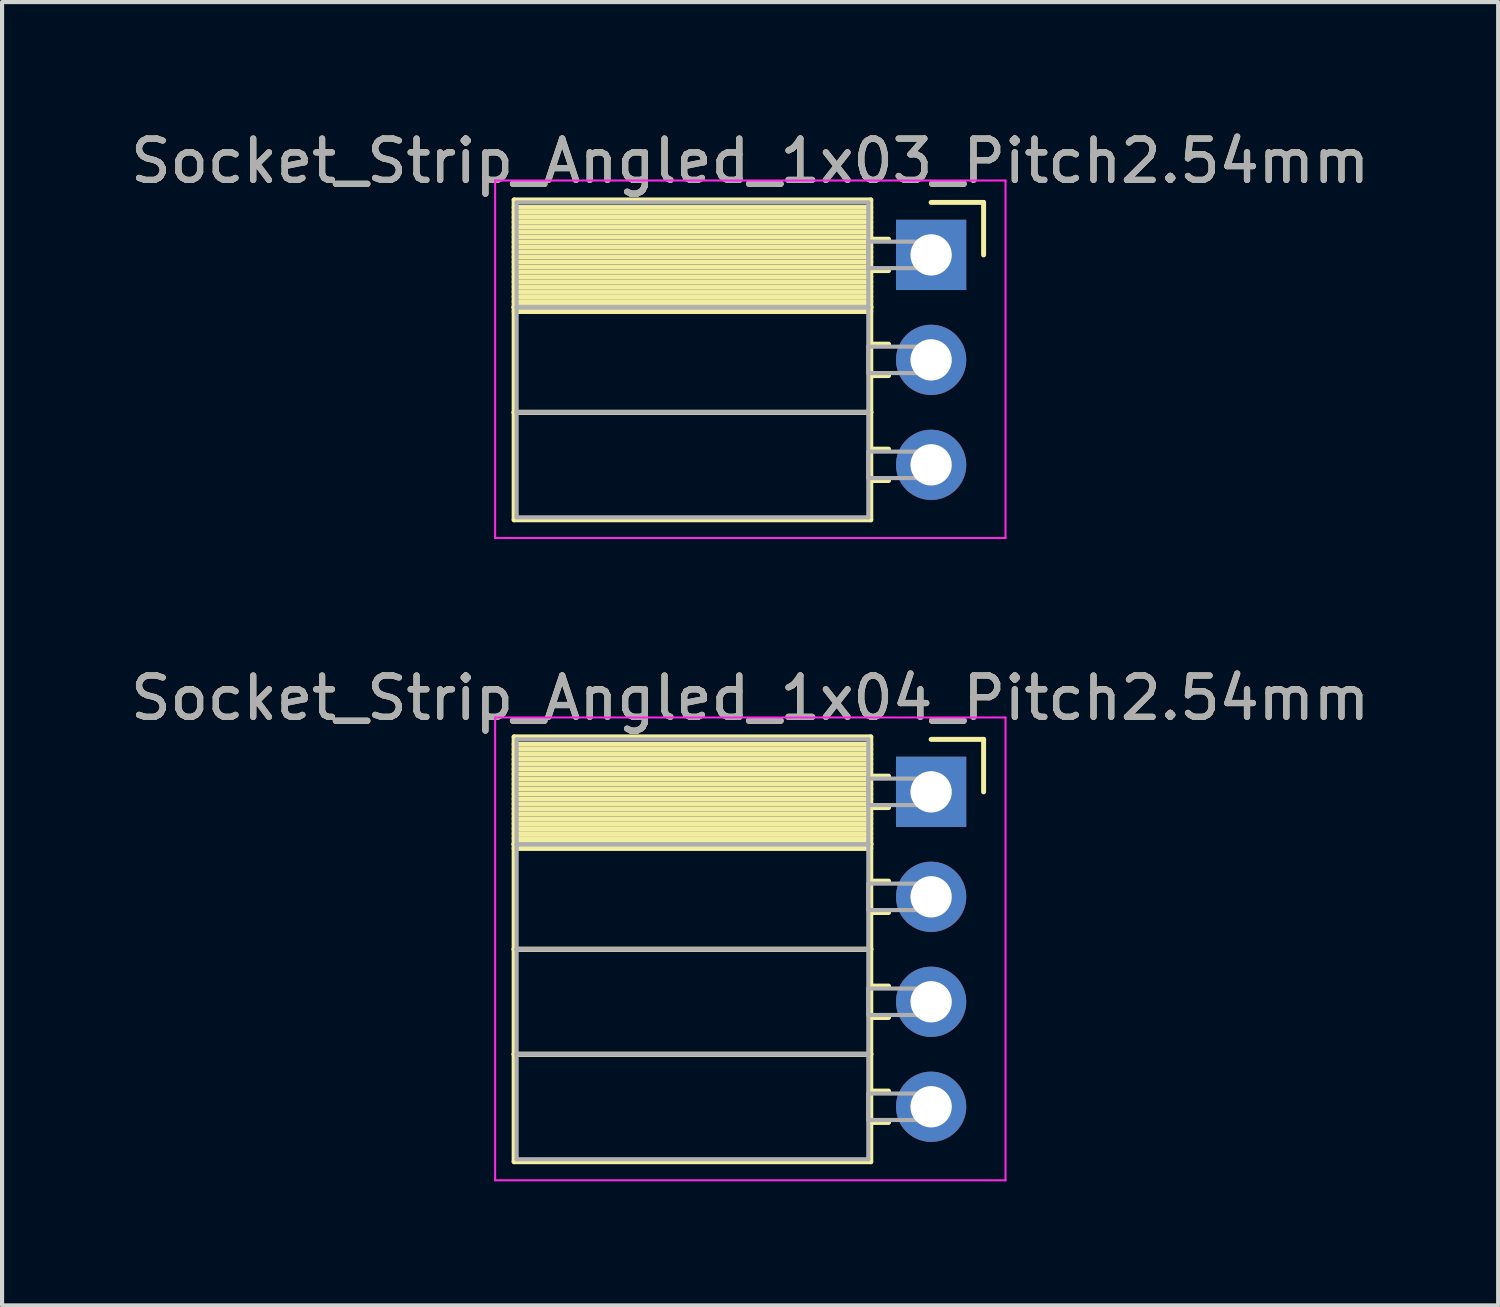
<source format=kicad_pcb>
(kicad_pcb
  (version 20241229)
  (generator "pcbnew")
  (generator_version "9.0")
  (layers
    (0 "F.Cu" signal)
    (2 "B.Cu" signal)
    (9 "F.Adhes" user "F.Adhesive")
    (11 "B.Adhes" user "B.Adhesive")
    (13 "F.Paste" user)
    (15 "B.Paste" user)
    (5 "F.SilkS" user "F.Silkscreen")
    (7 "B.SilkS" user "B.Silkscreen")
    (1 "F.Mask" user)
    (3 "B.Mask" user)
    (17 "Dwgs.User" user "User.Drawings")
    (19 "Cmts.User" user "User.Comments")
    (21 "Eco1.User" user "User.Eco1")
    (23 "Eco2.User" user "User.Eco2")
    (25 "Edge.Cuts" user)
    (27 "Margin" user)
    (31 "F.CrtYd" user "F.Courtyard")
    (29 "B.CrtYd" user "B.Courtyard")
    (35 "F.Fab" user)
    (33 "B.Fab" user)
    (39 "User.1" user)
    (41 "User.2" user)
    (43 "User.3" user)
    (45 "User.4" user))
  (footprint "Socket_Strip_Angled_1x04_Pitch2.54mm"
    (layer "F.Cu")
    (at 19.481 16.111)
    (property "Reference" "Socket_Strip_Angled_1x04_Pitch2.54mm" (at -4.38 -2.27 0) (layer "F.SilkS") (effects (font (size 1 1) (thickness 0.15))))
    (attr through_hole)
    (fp_line (start -10.09 -1.33) (end -1.46 -1.33) (stroke (width 0.12) (type solid)) (layer "F.SilkS"))
    (fp_line (start -10.09 1.27) (end -10.09 -1.33) (stroke (width 0.12) (type solid)) (layer "F.SilkS"))
    (fp_line (start -10.09 1.27) (end -1.46 1.27) (stroke (width 0.12) (type solid)) (layer "F.SilkS"))
    (fp_line (start -10.09 3.81) (end -10.09 1.27) (stroke (width 0.12) (type solid)) (layer "F.SilkS"))
    (fp_line (start -10.09 3.81) (end -1.46 3.81) (stroke (width 0.12) (type solid)) (layer "F.SilkS"))
    (fp_line (start -10.09 6.35) (end -10.09 3.81) (stroke (width 0.12) (type solid)) (layer "F.SilkS"))
    (fp_line (start -10.09 6.35) (end -1.46 6.35) (stroke (width 0.12) (type solid)) (layer "F.SilkS"))
    (fp_line (start -10.09 8.95) (end -10.09 6.35) (stroke (width 0.12) (type solid)) (layer "F.SilkS"))
    (fp_line (start -1.46 -1.33) (end -1.46 1.27) (stroke (width 0.12) (type solid)) (layer "F.SilkS"))
    (fp_line (start -1.46 -1.15) (end -10.09 -1.15) (stroke (width 0.12) (type solid)) (layer "F.SilkS"))
    (fp_line (start -1.46 -1.03) (end -10.09 -1.03) (stroke (width 0.12) (type solid)) (layer "F.SilkS"))
    (fp_line (start -1.46 -0.91) (end -10.09 -0.91) (stroke (width 0.12) (type solid)) (layer "F.SilkS"))
    (fp_line (start -1.46 -0.79) (end -10.09 -0.79) (stroke (width 0.12) (type solid)) (layer "F.SilkS"))
    (fp_line (start -1.46 -0.67) (end -10.09 -0.67) (stroke (width 0.12) (type solid)) (layer "F.SilkS"))
    (fp_line (start -1.46 -0.55) (end -10.09 -0.55) (stroke (width 0.12) (type solid)) (layer "F.SilkS"))
    (fp_line (start -1.46 -0.43) (end -10.09 -0.43) (stroke (width 0.12) (type solid)) (layer "F.SilkS"))
    (fp_line (start -1.46 -0.31) (end -10.09 -0.31) (stroke (width 0.12) (type solid)) (layer "F.SilkS"))
    (fp_line (start -1.46 -0.19) (end -10.09 -0.19) (stroke (width 0.12) (type solid)) (layer "F.SilkS"))
    (fp_line (start -1.46 -0.07) (end -10.09 -0.07) (stroke (width 0.12) (type solid)) (layer "F.SilkS"))
    (fp_line (start -1.46 0.05) (end -10.09 0.05) (stroke (width 0.12) (type solid)) (layer "F.SilkS"))
    (fp_line (start -1.46 0.17) (end -10.09 0.17) (stroke (width 0.12) (type solid)) (layer "F.SilkS"))
    (fp_line (start -1.46 0.29) (end -10.09 0.29) (stroke (width 0.12) (type solid)) (layer "F.SilkS"))
    (fp_line (start -1.46 0.41) (end -10.09 0.41) (stroke (width 0.12) (type solid)) (layer "F.SilkS"))
    (fp_line (start -1.46 0.53) (end -10.09 0.53) (stroke (width 0.12) (type solid)) (layer "F.SilkS"))
    (fp_line (start -1.46 0.65) (end -10.09 0.65) (stroke (width 0.12) (type solid)) (layer "F.SilkS"))
    (fp_line (start -1.46 0.77) (end -10.09 0.77) (stroke (width 0.12) (type solid)) (layer "F.SilkS"))
    (fp_line (start -1.46 0.89) (end -10.09 0.89) (stroke (width 0.12) (type solid)) (layer "F.SilkS"))
    (fp_line (start -1.46 1.01) (end -10.09 1.01) (stroke (width 0.12) (type solid)) (layer "F.SilkS"))
    (fp_line (start -1.46 1.13) (end -10.09 1.13) (stroke (width 0.12) (type solid)) (layer "F.SilkS"))
    (fp_line (start -1.46 1.25) (end -10.09 1.25) (stroke (width 0.12) (type solid)) (layer "F.SilkS"))
    (fp_line (start -1.46 1.27) (end -10.09 1.27) (stroke (width 0.12) (type solid)) (layer "F.SilkS"))
    (fp_line (start -1.46 1.27) (end -1.46 3.81) (stroke (width 0.12) (type solid)) (layer "F.SilkS"))
    (fp_line (start -1.46 1.37) (end -10.09 1.37) (stroke (width 0.12) (type solid)) (layer "F.SilkS"))
    (fp_line (start -1.46 3.81) (end -10.09 3.81) (stroke (width 0.12) (type solid)) (layer "F.SilkS"))
    (fp_line (start -1.46 3.81) (end -1.46 6.35) (stroke (width 0.12) (type solid)) (layer "F.SilkS"))
    (fp_line (start -1.46 6.35) (end -10.09 6.35) (stroke (width 0.12) (type solid)) (layer "F.SilkS"))
    (fp_line (start -1.46 6.35) (end -1.46 8.95) (stroke (width 0.12) (type solid)) (layer "F.SilkS"))
    (fp_line (start -1.46 8.95) (end -10.09 8.95) (stroke (width 0.12) (type solid)) (layer "F.SilkS"))
    (fp_line (start -1.03 -0.38) (end -1.46 -0.38) (stroke (width 0.12) (type solid)) (layer "F.SilkS"))
    (fp_line (start -1.03 0.38) (end -1.46 0.38) (stroke (width 0.12) (type solid)) (layer "F.SilkS"))
    (fp_line (start -1.03 2.16) (end -1.46 2.16) (stroke (width 0.12) (type solid)) (layer "F.SilkS"))
    (fp_line (start -1.03 2.92) (end -1.46 2.92) (stroke (width 0.12) (type solid)) (layer "F.SilkS"))
    (fp_line (start -1.03 4.7) (end -1.46 4.7) (stroke (width 0.12) (type solid)) (layer "F.SilkS"))
    (fp_line (start -1.03 5.46) (end -1.46 5.46) (stroke (width 0.12) (type solid)) (layer "F.SilkS"))
    (fp_line (start -1.03 7.24) (end -1.46 7.24) (stroke (width 0.12) (type solid)) (layer "F.SilkS"))
    (fp_line (start -1.03 8) (end -1.46 8) (stroke (width 0.12) (type solid)) (layer "F.SilkS"))
    (fp_line (start 0 -1.27) (end 1.27 -1.27) (stroke (width 0.12) (type solid)) (layer "F.SilkS"))
    (fp_line (start 1.27 -1.27) (end 1.27 0) (stroke (width 0.12) (type solid)) (layer "F.SilkS"))
    (fp_line (start -10.55 -1.8) (end 1.8 -1.8) (stroke (width 0.05) (type solid)) (layer "F.CrtYd"))
    (fp_line (start -10.55 9.4) (end -10.55 -1.8) (stroke (width 0.05) (type solid)) (layer "F.CrtYd"))
    (fp_line (start 1.8 -1.8) (end 1.8 9.4) (stroke (width 0.05) (type solid)) (layer "F.CrtYd"))
    (fp_line (start 1.8 9.4) (end -10.55 9.4) (stroke (width 0.05) (type solid)) (layer "F.CrtYd"))
    (fp_line (start -10.03 -1.27) (end -1.52 -1.27) (stroke (width 0.1) (type solid)) (layer "F.Fab"))
    (fp_line (start -10.03 1.27) (end -10.03 -1.27) (stroke (width 0.1) (type solid)) (layer "F.Fab"))
    (fp_line (start -10.03 1.27) (end -1.52 1.27) (stroke (width 0.1) (type solid)) (layer "F.Fab"))
    (fp_line (start -10.03 3.81) (end -10.03 1.27) (stroke (width 0.1) (type solid)) (layer "F.Fab"))
    (fp_line (start -10.03 3.81) (end -1.52 3.81) (stroke (width 0.1) (type solid)) (layer "F.Fab"))
    (fp_line (start -10.03 6.35) (end -10.03 3.81) (stroke (width 0.1) (type solid)) (layer "F.Fab"))
    (fp_line (start -10.03 6.35) (end -1.52 6.35) (stroke (width 0.1) (type solid)) (layer "F.Fab"))
    (fp_line (start -10.03 8.89) (end -10.03 6.35) (stroke (width 0.1) (type solid)) (layer "F.Fab"))
    (fp_line (start -1.52 -1.27) (end -1.52 1.27) (stroke (width 0.1) (type solid)) (layer "F.Fab"))
    (fp_line (start -1.52 -0.32) (end 0 -0.32) (stroke (width 0.1) (type solid)) (layer "F.Fab"))
    (fp_line (start -1.52 0.32) (end -1.52 -0.32) (stroke (width 0.1) (type solid)) (layer "F.Fab"))
    (fp_line (start -1.52 1.27) (end -10.03 1.27) (stroke (width 0.1) (type solid)) (layer "F.Fab"))
    (fp_line (start -1.52 1.27) (end -1.52 3.81) (stroke (width 0.1) (type solid)) (layer "F.Fab"))
    (fp_line (start -1.52 2.22) (end 0 2.22) (stroke (width 0.1) (type solid)) (layer "F.Fab"))
    (fp_line (start -1.52 2.86) (end -1.52 2.22) (stroke (width 0.1) (type solid)) (layer "F.Fab"))
    (fp_line (start -1.52 3.81) (end -10.03 3.81) (stroke (width 0.1) (type solid)) (layer "F.Fab"))
    (fp_line (start -1.52 3.81) (end -1.52 6.35) (stroke (width 0.1) (type solid)) (layer "F.Fab"))
    (fp_line (start -1.52 4.76) (end 0 4.76) (stroke (width 0.1) (type solid)) (layer "F.Fab"))
    (fp_line (start -1.52 5.4) (end -1.52 4.76) (stroke (width 0.1) (type solid)) (layer "F.Fab"))
    (fp_line (start -1.52 6.35) (end -10.03 6.35) (stroke (width 0.1) (type solid)) (layer "F.Fab"))
    (fp_line (start -1.52 6.35) (end -1.52 8.89) (stroke (width 0.1) (type solid)) (layer "F.Fab"))
    (fp_line (start -1.52 7.3) (end 0 7.3) (stroke (width 0.1) (type solid)) (layer "F.Fab"))
    (fp_line (start -1.52 7.94) (end -1.52 7.3) (stroke (width 0.1) (type solid)) (layer "F.Fab"))
    (fp_line (start -1.52 8.89) (end -10.03 8.89) (stroke (width 0.1) (type solid)) (layer "F.Fab"))
    (fp_line (start 0 -0.32) (end 0 0.32) (stroke (width 0.1) (type solid)) (layer "F.Fab"))
    (fp_line (start 0 0.32) (end -1.52 0.32) (stroke (width 0.1) (type solid)) (layer "F.Fab"))
    (fp_line (start 0 2.22) (end 0 2.86) (stroke (width 0.1) (type solid)) (layer "F.Fab"))
    (fp_line (start 0 2.86) (end -1.52 2.86) (stroke (width 0.1) (type solid)) (layer "F.Fab"))
    (fp_line (start 0 4.76) (end 0 5.4) (stroke (width 0.1) (type solid)) (layer "F.Fab"))
    (fp_line (start 0 5.4) (end -1.52 5.4) (stroke (width 0.1) (type solid)) (layer "F.Fab"))
    (fp_line (start 0 7.3) (end 0 7.94) (stroke (width 0.1) (type solid)) (layer "F.Fab"))
    (fp_line (start 0 7.94) (end -1.52 7.94) (stroke (width 0.1) (type solid)) (layer "F.Fab"))
    (fp_text user "${REFERENCE}" (at -4.38 -2.27 0) (layer "F.Fab") (effects (font (size 1 1) (thickness 0.15))))
    (pad "1" thru_hole rect (at 0 0) (size 1.7 1.7) (drill 1) (layers "*.Cu" "*.Mask"))
    (pad "2" thru_hole oval (at 0 2.54) (size 1.7 1.7) (drill 1) (layers "*.Cu" "*.Mask"))
    (pad "3" thru_hole oval (at 0 5.08) (size 1.7 1.7) (drill 1) (layers "*.Cu" "*.Mask"))
    (pad "4" thru_hole oval (at 0 7.62) (size 1.7 1.7) (drill 1) (layers "*.Cu" "*.Mask")))
  (footprint "Socket_Strip_Angled_1x03_Pitch2.54mm"
    (layer "F.Cu")
    (at 19.481 3.118)
    (property "Reference" "Socket_Strip_Angled_1x03_Pitch2.54mm" (at -4.38 -2.27 0) (layer "F.SilkS") (effects (font (size 1 1) (thickness 0.15))))
    (attr through_hole)
    (fp_line (start -10.09 -1.33) (end -1.46 -1.33) (stroke (width 0.12) (type solid)) (layer "F.SilkS"))
    (fp_line (start -10.09 1.27) (end -10.09 -1.33) (stroke (width 0.12) (type solid)) (layer "F.SilkS"))
    (fp_line (start -10.09 1.27) (end -1.46 1.27) (stroke (width 0.12) (type solid)) (layer "F.SilkS"))
    (fp_line (start -10.09 3.81) (end -10.09 1.27) (stroke (width 0.12) (type solid)) (layer "F.SilkS"))
    (fp_line (start -10.09 3.81) (end -1.46 3.81) (stroke (width 0.12) (type solid)) (layer "F.SilkS"))
    (fp_line (start -10.09 6.41) (end -10.09 3.81) (stroke (width 0.12) (type solid)) (layer "F.SilkS"))
    (fp_line (start -1.46 -1.33) (end -1.46 1.27) (stroke (width 0.12) (type solid)) (layer "F.SilkS"))
    (fp_line (start -1.46 -1.15) (end -10.09 -1.15) (stroke (width 0.12) (type solid)) (layer "F.SilkS"))
    (fp_line (start -1.46 -1.03) (end -10.09 -1.03) (stroke (width 0.12) (type solid)) (layer "F.SilkS"))
    (fp_line (start -1.46 -0.91) (end -10.09 -0.91) (stroke (width 0.12) (type solid)) (layer "F.SilkS"))
    (fp_line (start -1.46 -0.79) (end -10.09 -0.79) (stroke (width 0.12) (type solid)) (layer "F.SilkS"))
    (fp_line (start -1.46 -0.67) (end -10.09 -0.67) (stroke (width 0.12) (type solid)) (layer "F.SilkS"))
    (fp_line (start -1.46 -0.55) (end -10.09 -0.55) (stroke (width 0.12) (type solid)) (layer "F.SilkS"))
    (fp_line (start -1.46 -0.43) (end -10.09 -0.43) (stroke (width 0.12) (type solid)) (layer "F.SilkS"))
    (fp_line (start -1.46 -0.31) (end -10.09 -0.31) (stroke (width 0.12) (type solid)) (layer "F.SilkS"))
    (fp_line (start -1.46 -0.19) (end -10.09 -0.19) (stroke (width 0.12) (type solid)) (layer "F.SilkS"))
    (fp_line (start -1.46 -0.07) (end -10.09 -0.07) (stroke (width 0.12) (type solid)) (layer "F.SilkS"))
    (fp_line (start -1.46 0.05) (end -10.09 0.05) (stroke (width 0.12) (type solid)) (layer "F.SilkS"))
    (fp_line (start -1.46 0.17) (end -10.09 0.17) (stroke (width 0.12) (type solid)) (layer "F.SilkS"))
    (fp_line (start -1.46 0.29) (end -10.09 0.29) (stroke (width 0.12) (type solid)) (layer "F.SilkS"))
    (fp_line (start -1.46 0.41) (end -10.09 0.41) (stroke (width 0.12) (type solid)) (layer "F.SilkS"))
    (fp_line (start -1.46 0.53) (end -10.09 0.53) (stroke (width 0.12) (type solid)) (layer "F.SilkS"))
    (fp_line (start -1.46 0.65) (end -10.09 0.65) (stroke (width 0.12) (type solid)) (layer "F.SilkS"))
    (fp_line (start -1.46 0.77) (end -10.09 0.77) (stroke (width 0.12) (type solid)) (layer "F.SilkS"))
    (fp_line (start -1.46 0.89) (end -10.09 0.89) (stroke (width 0.12) (type solid)) (layer "F.SilkS"))
    (fp_line (start -1.46 1.01) (end -10.09 1.01) (stroke (width 0.12) (type solid)) (layer "F.SilkS"))
    (fp_line (start -1.46 1.13) (end -10.09 1.13) (stroke (width 0.12) (type solid)) (layer "F.SilkS"))
    (fp_line (start -1.46 1.25) (end -10.09 1.25) (stroke (width 0.12) (type solid)) (layer "F.SilkS"))
    (fp_line (start -1.46 1.27) (end -10.09 1.27) (stroke (width 0.12) (type solid)) (layer "F.SilkS"))
    (fp_line (start -1.46 1.27) (end -1.46 3.81) (stroke (width 0.12) (type solid)) (layer "F.SilkS"))
    (fp_line (start -1.46 1.37) (end -10.09 1.37) (stroke (width 0.12) (type solid)) (layer "F.SilkS"))
    (fp_line (start -1.46 3.81) (end -10.09 3.81) (stroke (width 0.12) (type solid)) (layer "F.SilkS"))
    (fp_line (start -1.46 3.81) (end -1.46 6.41) (stroke (width 0.12) (type solid)) (layer "F.SilkS"))
    (fp_line (start -1.46 6.41) (end -10.09 6.41) (stroke (width 0.12) (type solid)) (layer "F.SilkS"))
    (fp_line (start -1.03 -0.38) (end -1.46 -0.38) (stroke (width 0.12) (type solid)) (layer "F.SilkS"))
    (fp_line (start -1.03 0.38) (end -1.46 0.38) (stroke (width 0.12) (type solid)) (layer "F.SilkS"))
    (fp_line (start -1.03 2.16) (end -1.46 2.16) (stroke (width 0.12) (type solid)) (layer "F.SilkS"))
    (fp_line (start -1.03 2.92) (end -1.46 2.92) (stroke (width 0.12) (type solid)) (layer "F.SilkS"))
    (fp_line (start -1.03 4.7) (end -1.46 4.7) (stroke (width 0.12) (type solid)) (layer "F.SilkS"))
    (fp_line (start -1.03 5.46) (end -1.46 5.46) (stroke (width 0.12) (type solid)) (layer "F.SilkS"))
    (fp_line (start 0 -1.27) (end 1.27 -1.27) (stroke (width 0.12) (type solid)) (layer "F.SilkS"))
    (fp_line (start 1.27 -1.27) (end 1.27 0) (stroke (width 0.12) (type solid)) (layer "F.SilkS"))
    (fp_line (start -10.55 -1.8) (end 1.8 -1.8) (stroke (width 0.05) (type solid)) (layer "F.CrtYd"))
    (fp_line (start -10.55 6.85) (end -10.55 -1.8) (stroke (width 0.05) (type solid)) (layer "F.CrtYd"))
    (fp_line (start 1.8 -1.8) (end 1.8 6.85) (stroke (width 0.05) (type solid)) (layer "F.CrtYd"))
    (fp_line (start 1.8 6.85) (end -10.55 6.85) (stroke (width 0.05) (type solid)) (layer "F.CrtYd"))
    (fp_line (start -10.03 -1.27) (end -1.52 -1.27) (stroke (width 0.1) (type solid)) (layer "F.Fab"))
    (fp_line (start -10.03 1.27) (end -10.03 -1.27) (stroke (width 0.1) (type solid)) (layer "F.Fab"))
    (fp_line (start -10.03 1.27) (end -1.52 1.27) (stroke (width 0.1) (type solid)) (layer "F.Fab"))
    (fp_line (start -10.03 3.81) (end -10.03 1.27) (stroke (width 0.1) (type solid)) (layer "F.Fab"))
    (fp_line (start -10.03 3.81) (end -1.52 3.81) (stroke (width 0.1) (type solid)) (layer "F.Fab"))
    (fp_line (start -10.03 6.35) (end -10.03 3.81) (stroke (width 0.1) (type solid)) (layer "F.Fab"))
    (fp_line (start -1.52 -1.27) (end -1.52 1.27) (stroke (width 0.1) (type solid)) (layer "F.Fab"))
    (fp_line (start -1.52 -0.32) (end 0 -0.32) (stroke (width 0.1) (type solid)) (layer "F.Fab"))
    (fp_line (start -1.52 0.32) (end -1.52 -0.32) (stroke (width 0.1) (type solid)) (layer "F.Fab"))
    (fp_line (start -1.52 1.27) (end -10.03 1.27) (stroke (width 0.1) (type solid)) (layer "F.Fab"))
    (fp_line (start -1.52 1.27) (end -1.52 3.81) (stroke (width 0.1) (type solid)) (layer "F.Fab"))
    (fp_line (start -1.52 2.22) (end 0 2.22) (stroke (width 0.1) (type solid)) (layer "F.Fab"))
    (fp_line (start -1.52 2.86) (end -1.52 2.22) (stroke (width 0.1) (type solid)) (layer "F.Fab"))
    (fp_line (start -1.52 3.81) (end -10.03 3.81) (stroke (width 0.1) (type solid)) (layer "F.Fab"))
    (fp_line (start -1.52 3.81) (end -1.52 6.35) (stroke (width 0.1) (type solid)) (layer "F.Fab"))
    (fp_line (start -1.52 4.76) (end 0 4.76) (stroke (width 0.1) (type solid)) (layer "F.Fab"))
    (fp_line (start -1.52 5.4) (end -1.52 4.76) (stroke (width 0.1) (type solid)) (layer "F.Fab"))
    (fp_line (start -1.52 6.35) (end -10.03 6.35) (stroke (width 0.1) (type solid)) (layer "F.Fab"))
    (fp_line (start 0 -0.32) (end 0 0.32) (stroke (width 0.1) (type solid)) (layer "F.Fab"))
    (fp_line (start 0 0.32) (end -1.52 0.32) (stroke (width 0.1) (type solid)) (layer "F.Fab"))
    (fp_line (start 0 2.22) (end 0 2.86) (stroke (width 0.1) (type solid)) (layer "F.Fab"))
    (fp_line (start 0 2.86) (end -1.52 2.86) (stroke (width 0.1) (type solid)) (layer "F.Fab"))
    (fp_line (start 0 4.76) (end 0 5.4) (stroke (width 0.1) (type solid)) (layer "F.Fab"))
    (fp_line (start 0 5.4) (end -1.52 5.4) (stroke (width 0.1) (type solid)) (layer "F.Fab"))
    (fp_text user "${REFERENCE}" (at -4.38 -2.27 0) (layer "F.Fab") (effects (font (size 1 1) (thickness 0.15))))
    (pad "1" thru_hole rect (at 0 0) (size 1.7 1.7) (drill 1) (layers "*.Cu" "*.Mask"))
    (pad "2" thru_hole oval (at 0 2.54) (size 1.7 1.7) (drill 1) (layers "*.Cu" "*.Mask"))
    (pad "3" thru_hole oval (at 0 5.08) (size 1.7 1.7) (drill 1) (layers "*.Cu" "*.Mask")))
  (gr_rect
    (start -3 -3)
    (end 33.202 28.537)
    (stroke (width 0.1) (type default))
    (fill no)
    (layer "Edge.Cuts")))
</source>
